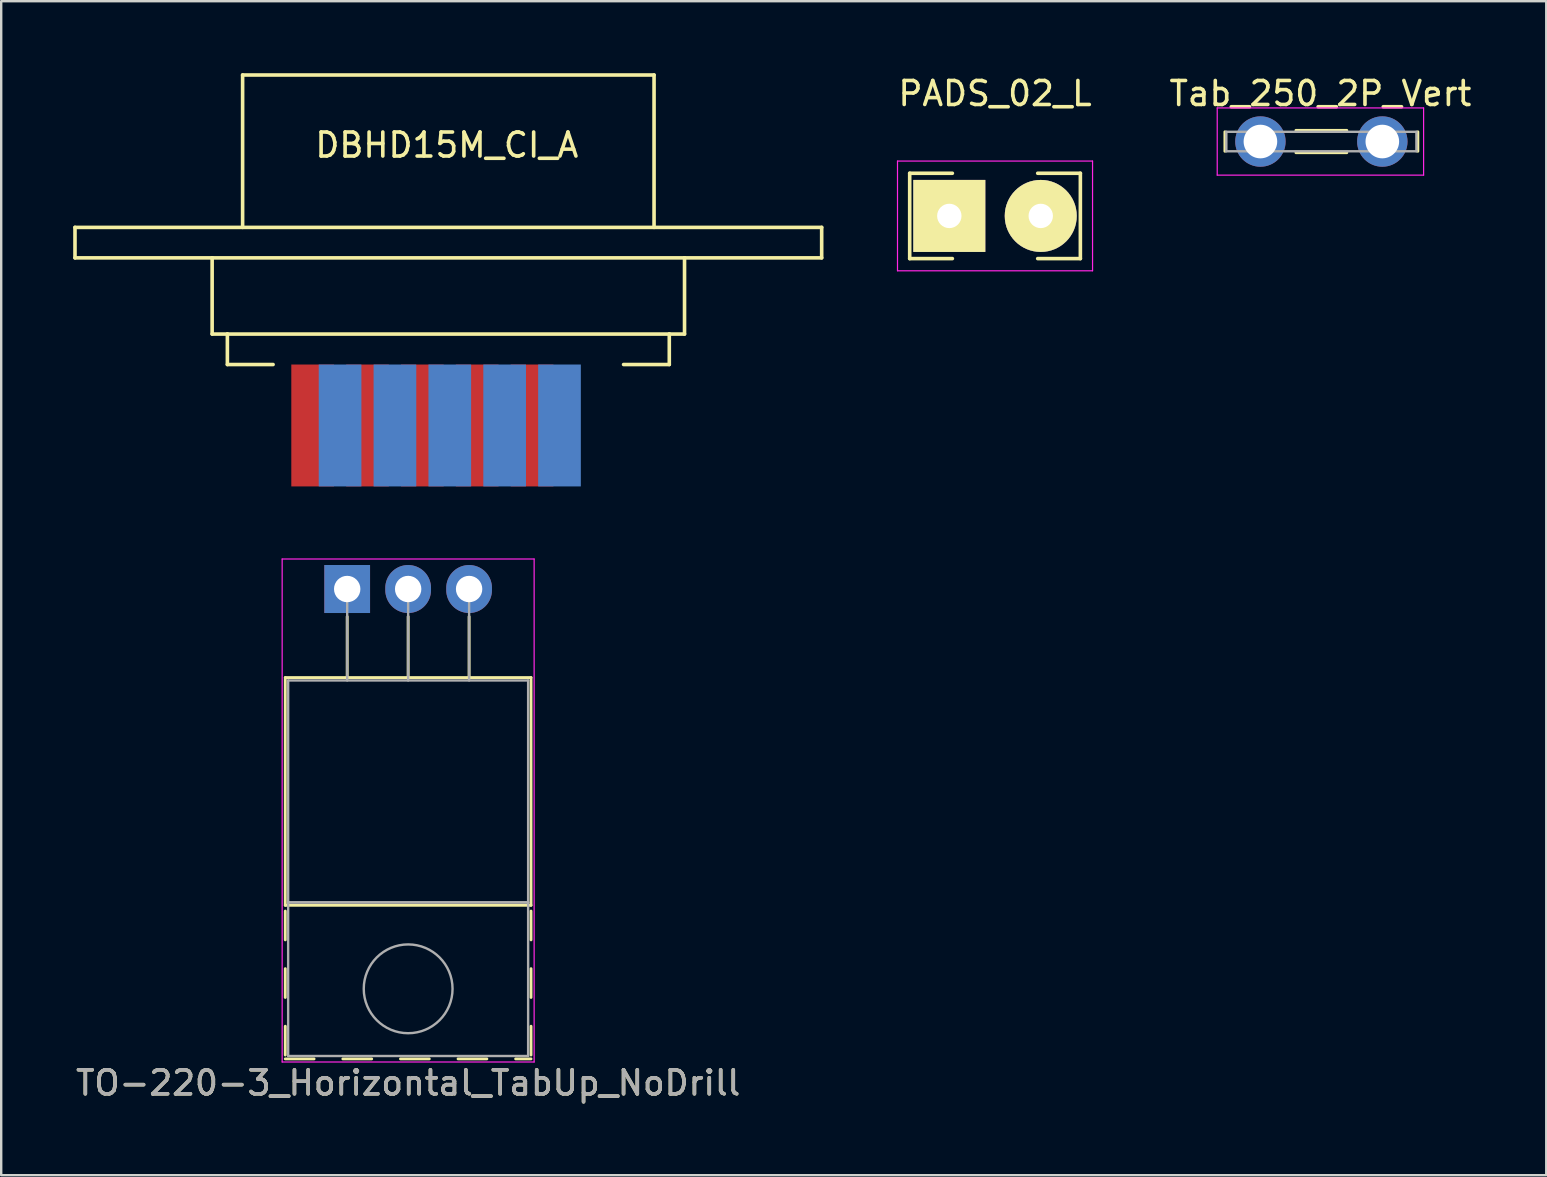
<source format=kicad_pcb>
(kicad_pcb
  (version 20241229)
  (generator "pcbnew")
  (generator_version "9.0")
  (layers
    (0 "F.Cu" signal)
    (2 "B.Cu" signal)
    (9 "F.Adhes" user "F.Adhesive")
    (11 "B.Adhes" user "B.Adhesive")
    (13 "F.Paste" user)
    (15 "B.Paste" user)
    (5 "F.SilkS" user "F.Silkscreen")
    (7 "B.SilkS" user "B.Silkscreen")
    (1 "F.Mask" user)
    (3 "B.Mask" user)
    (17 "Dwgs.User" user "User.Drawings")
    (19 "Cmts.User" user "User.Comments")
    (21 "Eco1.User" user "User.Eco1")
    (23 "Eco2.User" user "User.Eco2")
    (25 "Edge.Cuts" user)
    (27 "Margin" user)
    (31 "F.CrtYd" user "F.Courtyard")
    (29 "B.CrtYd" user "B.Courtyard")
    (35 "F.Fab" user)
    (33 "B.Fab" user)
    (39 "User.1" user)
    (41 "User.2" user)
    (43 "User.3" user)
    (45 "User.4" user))
  (footprint "PADS_02_L"
    (layer "F.Cu")
    (at 38.414 5.948)
    (property "Reference" "PADS_02_L" (at 0 -5.1 0) (layer "F.SilkS") (effects (font (size 1 1) (thickness 0.15))))
    (attr through_hole)
    (fp_line (start -3.556 -1.778) (end -3.556 1.778) (stroke (width 0.15) (type solid)) (layer "F.SilkS"))
    (fp_line (start -3.556 1.778) (end -1.778 1.778) (stroke (width 0.15) (type solid)) (layer "F.SilkS"))
    (fp_line (start -1.778 -1.778) (end -3.556 -1.778) (stroke (width 0.15) (type solid)) (layer "F.SilkS"))
    (fp_line (start 1.778 -1.778) (end 3.556 -1.778) (stroke (width 0.15) (type solid)) (layer "F.SilkS"))
    (fp_line (start 3.556 -1.778) (end 3.556 1.778) (stroke (width 0.15) (type solid)) (layer "F.SilkS"))
    (fp_line (start 3.556 1.778) (end 1.778 1.778) (stroke (width 0.15) (type solid)) (layer "F.SilkS"))
    (fp_line (start -4.064 -2.286) (end 4.064 -2.286) (stroke (width 0.05) (type solid)) (layer "F.CrtYd"))
    (fp_line (start -4.064 2.286) (end -4.064 -2.286) (stroke (width 0.05) (type solid)) (layer "F.CrtYd"))
    (fp_line (start 4.064 -2.286) (end 4.064 2.286) (stroke (width 0.05) (type solid)) (layer "F.CrtYd"))
    (fp_line (start 4.064 2.286) (end -4.064 2.286) (stroke (width 0.05) (type solid)) (layer "F.CrtYd"))
    (pad "1" thru_hole rect (at -1.905 0) (size 3 3) (drill 1.016) (layers "*.Cu" "*.Mask" "F.SilkS"))
    (pad "2" thru_hole oval (at 1.905 0) (size 3 3) (drill 1.016) (layers "*.Cu" "*.Mask" "F.SilkS")))
  (footprint "TO-220-3_Horizontal_TabUp_NoDrill"
    (layer "F.Cu")
    (at 11.418 21.495)
    (property "Reference" "TO-220-3_Horizontal_TabUp_NoDrill" (at 2.54 20.58 0) (layer "F.SilkS") (effects (font (size 1 1) (thickness 0.15))))
    (attr through_hole)
    (fp_line (start -2.58 3.69) (end -2.58 13.18) (stroke (width 0.12) (type solid)) (layer "F.SilkS"))
    (fp_line (start -2.58 3.69) (end 7.66 3.69) (stroke (width 0.12) (type solid)) (layer "F.SilkS"))
    (fp_line (start -2.58 13.18) (end 7.66 13.18) (stroke (width 0.12) (type solid)) (layer "F.SilkS"))
    (fp_line (start -2.58 13.42) (end -2.58 14.62) (stroke (width 0.12) (type solid)) (layer "F.SilkS"))
    (fp_line (start -2.58 15.82) (end -2.58 17.02) (stroke (width 0.12) (type solid)) (layer "F.SilkS"))
    (fp_line (start -2.58 18.22) (end -2.58 19.42) (stroke (width 0.12) (type solid)) (layer "F.SilkS"))
    (fp_line (start -2.58 19.58) (end -1.38 19.58) (stroke (width 0.12) (type solid)) (layer "F.SilkS"))
    (fp_line (start -0.181 19.58) (end 1.02 19.58) (stroke (width 0.12) (type solid)) (layer "F.SilkS"))
    (fp_line (start 0 1.15) (end 0 3.69) (stroke (width 0.12) (type solid)) (layer "F.SilkS"))
    (fp_line (start 2.22 19.58) (end 3.42 19.58) (stroke (width 0.12) (type solid)) (layer "F.SilkS"))
    (fp_line (start 2.54 1.15) (end 2.54 3.69) (stroke (width 0.12) (type solid)) (layer "F.SilkS"))
    (fp_line (start 4.62 19.58) (end 5.82 19.58) (stroke (width 0.12) (type solid)) (layer "F.SilkS"))
    (fp_line (start 5.08 1.15) (end 5.08 3.69) (stroke (width 0.12) (type solid)) (layer "F.SilkS"))
    (fp_line (start 7.02 19.58) (end 7.66 19.58) (stroke (width 0.12) (type solid)) (layer "F.SilkS"))
    (fp_line (start 7.66 3.69) (end 7.66 13.18) (stroke (width 0.12) (type solid)) (layer "F.SilkS"))
    (fp_line (start 7.66 13.42) (end 7.66 14.62) (stroke (width 0.12) (type solid)) (layer "F.SilkS"))
    (fp_line (start 7.66 15.82) (end 7.66 17.02) (stroke (width 0.12) (type solid)) (layer "F.SilkS"))
    (fp_line (start 7.66 18.22) (end 7.66 19.42) (stroke (width 0.12) (type solid)) (layer "F.SilkS"))
    (fp_line (start -2.71 -1.25) (end -2.71 19.71) (stroke (width 0.05) (type solid)) (layer "F.CrtYd"))
    (fp_line (start -2.71 19.71) (end 7.79 19.71) (stroke (width 0.05) (type solid)) (layer "F.CrtYd"))
    (fp_line (start 7.79 -1.25) (end -2.71 -1.25) (stroke (width 0.05) (type solid)) (layer "F.CrtYd"))
    (fp_line (start 7.79 19.71) (end 7.79 -1.25) (stroke (width 0.05) (type solid)) (layer "F.CrtYd"))
    (fp_line (start -2.46 3.81) (end -2.46 13.06) (stroke (width 0.1) (type solid)) (layer "F.Fab"))
    (fp_line (start -2.46 13.06) (end -2.46 19.46) (stroke (width 0.1) (type solid)) (layer "F.Fab"))
    (fp_line (start -2.46 13.06) (end 7.54 13.06) (stroke (width 0.1) (type solid)) (layer "F.Fab"))
    (fp_line (start -2.46 19.46) (end 7.54 19.46) (stroke (width 0.1) (type solid)) (layer "F.Fab"))
    (fp_line (start 0 3.81) (end 0 0) (stroke (width 0.1) (type solid)) (layer "F.Fab"))
    (fp_line (start 2.54 3.81) (end 2.54 0) (stroke (width 0.1) (type solid)) (layer "F.Fab"))
    (fp_line (start 5.08 3.81) (end 5.08 0) (stroke (width 0.1) (type solid)) (layer "F.Fab"))
    (fp_line (start 7.54 3.81) (end -2.46 3.81) (stroke (width 0.1) (type solid)) (layer "F.Fab"))
    (fp_line (start 7.54 13.06) (end -2.46 13.06) (stroke (width 0.1) (type solid)) (layer "F.Fab"))
    (fp_line (start 7.54 13.06) (end 7.54 3.81) (stroke (width 0.1) (type solid)) (layer "F.Fab"))
    (fp_line (start 7.54 19.46) (end 7.54 13.06) (stroke (width 0.1) (type solid)) (layer "F.Fab"))
    (fp_circle (center 2.54 16.66) (end 4.39 16.66) (stroke (width 0.1) (type solid)) (fill no) (layer "F.Fab"))
    (fp_text user "${REFERENCE}" (at 2.54 20.58 0) (layer "F.Fab") (effects (font (size 1 1) (thickness 0.15))))
    (pad "1" thru_hole rect (at 0 0) (size 1.905 2) (drill 1.1) (layers "*.Cu" "*.Mask"))
    (pad "2" thru_hole oval (at 2.54 0) (size 1.905 2) (drill 1.1) (layers "*.Cu" "*.Mask"))
    (pad "3" thru_hole oval (at 5.08 0) (size 1.905 2) (drill 1.1) (layers "*.Cu" "*.Mask")))
  (footprint "DBHD15M_CI_A"
    (layer "F.Cu")
    (at 15.569 12.14)
    (property "Reference" "DBHD15M_CI_A" (at 0 -9.144 0) (layer "F.SilkS") (effects (font (size 1 1) (thickness 0.15))))
    (attr smd)
    (fp_line (start -15.494 -5.715) (end 15.621 -5.715) (stroke (width 0.15) (type solid)) (layer "F.SilkS"))
    (fp_line (start -15.494 -4.445) (end -15.494 -5.715) (stroke (width 0.15) (type solid)) (layer "F.SilkS"))
    (fp_line (start -9.779 -4.445) (end -15.494 -4.445) (stroke (width 0.15) (type solid)) (layer "F.SilkS"))
    (fp_line (start -9.779 -1.27) (end -9.779 -4.445) (stroke (width 0.15) (type solid)) (layer "F.SilkS"))
    (fp_line (start -9.144 -1.27) (end -9.779 -1.27) (stroke (width 0.15) (type solid)) (layer "F.SilkS"))
    (fp_line (start -9.144 0) (end -9.144 -1.27) (stroke (width 0.15) (type solid)) (layer "F.SilkS"))
    (fp_line (start -8.509 -12.065) (end 8.636 -12.065) (stroke (width 0.15) (type solid)) (layer "F.SilkS"))
    (fp_line (start -8.509 -5.715) (end -8.509 -12.065) (stroke (width 0.15) (type solid)) (layer "F.SilkS"))
    (fp_line (start -7.239 0) (end -9.144 0) (stroke (width 0.15) (type solid)) (layer "F.SilkS"))
    (fp_line (start 7.366 0) (end 9.271 0) (stroke (width 0.15) (type solid)) (layer "F.SilkS"))
    (fp_line (start 8.636 -5.715) (end 8.636 -12.065) (stroke (width 0.15) (type solid)) (layer "F.SilkS"))
    (fp_line (start 9.271 -1.27) (end -9.144 -1.27) (stroke (width 0.15) (type solid)) (layer "F.SilkS"))
    (fp_line (start 9.271 0) (end 9.271 -1.27) (stroke (width 0.15) (type solid)) (layer "F.SilkS"))
    (fp_line (start 9.906 -4.445) (end -9.779 -4.445) (stroke (width 0.15) (type solid)) (layer "F.SilkS"))
    (fp_line (start 9.906 -1.27) (end 9.271 -1.27) (stroke (width 0.15) (type solid)) (layer "F.SilkS"))
    (fp_line (start 9.906 -1.27) (end 9.906 -4.445) (stroke (width 0.15) (type solid)) (layer "F.SilkS"))
    (fp_line (start 15.621 -4.445) (end 9.906 -4.445) (stroke (width 0.15) (type solid)) (layer "F.SilkS"))
    (fp_line (start 15.621 -4.445) (end 15.621 -5.715) (stroke (width 0.15) (type solid)) (layer "F.SilkS"))
    (pad "1" connect rect (at -4.448 2.54) (size 1.778 5.08) (layers "F.Mask" "B.Cu"))
    (pad "2" connect rect (at -2.162 2.54) (size 1.778 5.08) (layers "F.Mask" "B.Cu"))
    (pad "3" connect rect (at 0.124 2.54) (size 1.778 5.08) (layers "F.Mask" "B.Cu"))
    (pad "4" connect rect (at 2.41 2.54) (size 1.778 5.08) (layers "F.Mask" "B.Cu"))
    (pad "5" connect rect (at 4.696 2.54) (size 1.778 5.08) (layers "F.Mask" "B.Cu"))
    (pad "6" connect rect (at -5.591 2.54) (size 1.778 5.08) (layers "F.Cu" "F.Mask"))
    (pad "7" connect rect (at -3.305 2.54) (size 1.778 5.08) (layers "F.Cu" "F.Mask"))
    (pad "8" connect rect (at -1.019 2.54) (size 1.778 5.08) (layers "F.Cu" "F.Mask"))
    (pad "9" connect rect (at 1.267 2.54) (size 1.778 5.08) (layers "F.Cu" "F.Mask"))
    (pad "10" connect rect (at 3.553 2.54) (size 1.778 5.08) (layers "F.Cu" "F.Mask")))
  (footprint "Tab_250_2P_Vert"
    (layer "F.Cu")
    (at 49.473 2.848)
    (property "Reference" "Tab_250_2P_Vert" (at 2.5 -2 0) (layer "F.SilkS") (effects (font (size 1 1) (thickness 0.15))))
    (attr through_hole)
    (fp_line (start -1.48 -0.405) (end -1.48 0.405) (stroke (width 0.12) (type solid)) (layer "F.SilkS"))
    (fp_line (start 1.48 0.465) (end 3.6 0.465) (stroke (width 0.12) (type solid)) (layer "F.SilkS"))
    (fp_line (start 3.6 -0.465) (end 1.48 -0.465) (stroke (width 0.12) (type solid)) (layer "F.SilkS"))
    (fp_line (start 6.56 -0.405) (end 6.56 0.405) (stroke (width 0.12) (type solid)) (layer "F.SilkS"))
    (fp_line (start -1.8 -1.4) (end -1.8 1.4) (stroke (width 0.05) (type solid)) (layer "F.CrtYd"))
    (fp_line (start -1.8 -1.4) (end 6.8 -1.4) (stroke (width 0.05) (type solid)) (layer "F.CrtYd"))
    (fp_line (start -1.8 1.4) (end 6.8 1.4) (stroke (width 0.05) (type solid)) (layer "F.CrtYd"))
    (fp_line (start 6.8 -1.4) (end 6.8 1.4) (stroke (width 0.05) (type solid)) (layer "F.CrtYd"))
    (fp_line (start -1.42 -0.405) (end 6.5 -0.405) (stroke (width 0.1) (type solid)) (layer "F.Fab"))
    (fp_line (start -1.42 0.405) (end -1.42 -0.405) (stroke (width 0.1) (type solid)) (layer "F.Fab"))
    (fp_line (start 6.5 -0.405) (end 6.5 0.405) (stroke (width 0.1) (type solid)) (layer "F.Fab"))
    (fp_line (start 6.5 0.405) (end -1.42 0.405) (stroke (width 0.1) (type solid)) (layer "F.Fab"))
    (pad "1" thru_hole circle (at 0 0) (size 2.1 2.1) (drill 1.4) (layers "*.Cu" "*.Mask"))
    (pad "2" thru_hole circle (at 5.08 0) (size 2.1 2.1) (drill 1.4) (layers "*.Cu" "*.Mask")))
  (gr_rect
    (start -3 -3)
    (end 61.384 45.923)
    (stroke (width 0.1) (type default))
    (fill no)
    (layer "Edge.Cuts")))
</source>
